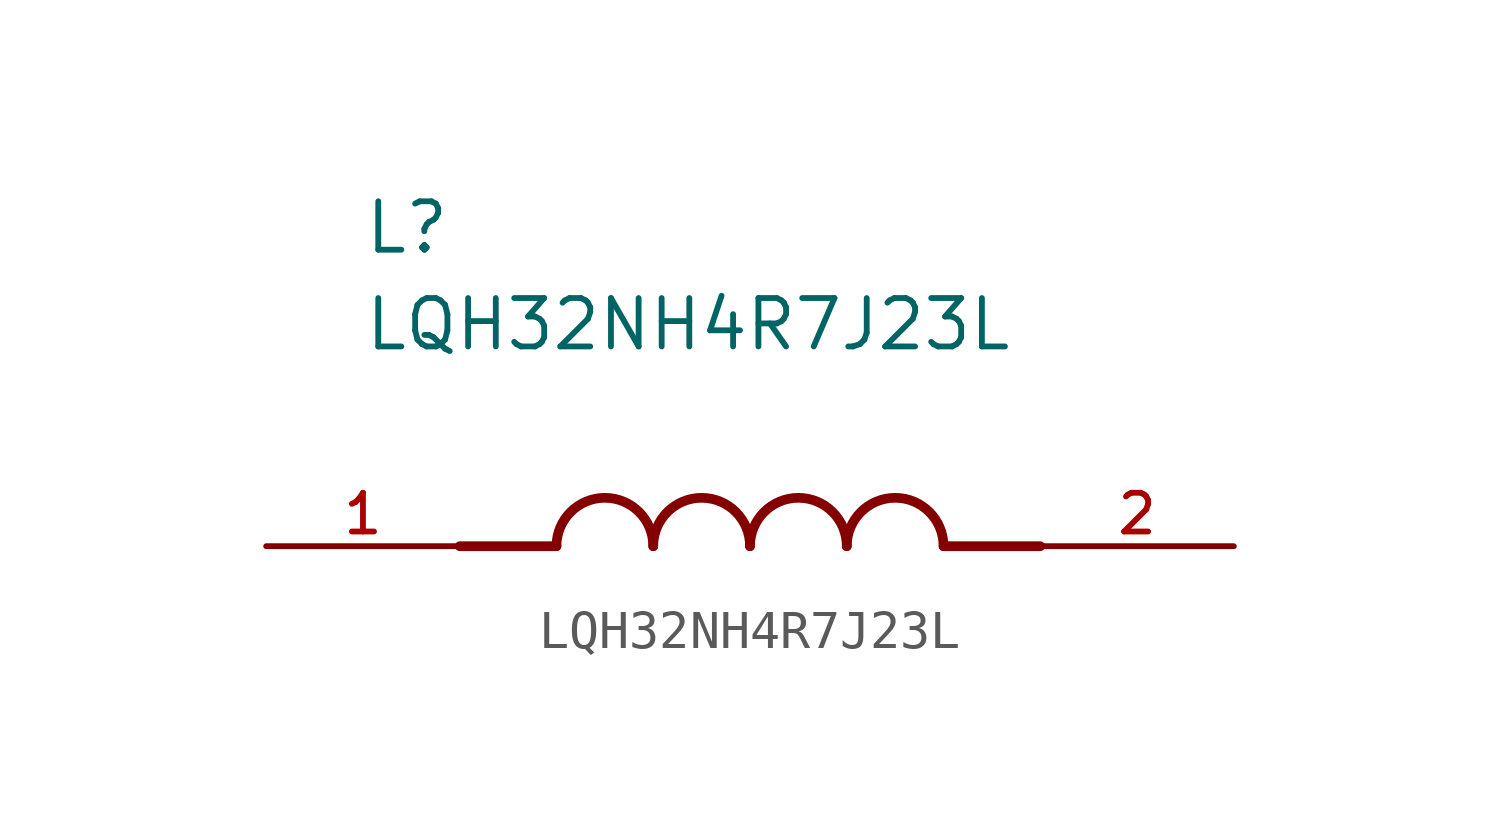
<source format=kicad_sym>
(kicad_symbol_lib
  (version 20211014)
  (generator kicad_symbol_editor)
  (symbol "LQH32NH4R7J23L"
    (pin_names
      (offset 1.016))
    (property "Reference" "L"
      (at -10.16 7.62 0)
      (effects (font (size 1.27 1.27)) (justify bottom left)))
    (property "Value" "LQH32NH4R7J23L"
      (at -10.16 5.08 0)
      (effects (font (size 1.27 1.27)) (justify bottom left)))
    (symbol "LQH32NH4R7J23L_0_0"
      (polyline (pts (xy -5.08 0.0) (xy -7.62 0.0)) (stroke (width 0.254)))
      (polyline (pts (xy 5.08 0.0) (xy 7.62 0.0)) (stroke (width 0.254)))
      (arc (start -2.54 0.0) (mid -3.81 1.27) (end -5.08 0.0) (stroke (width 0.254) (type default) (color 0 0 0 0)) (fill (type none)))
      (arc (start 0.0 0.0) (mid -1.27 1.27) (end -2.54 0.0) (stroke (width 0.254) (type default) (color 0 0 0 0)) (fill (type none)))
      (arc (start 2.54 0.0) (mid 1.27 1.27) (end 0.0 0.0) (stroke (width 0.254) (type default) (color 0 0 0 0)) (fill (type none)))
      (arc (start 5.08 0.0) (mid 3.81 1.27) (end 2.54 0.0) (stroke (width 0.254) (type default) (color 0 0 0 0)) (fill (type none)))
      (pin passive line (at -12.7 0.0 0) (length 5.08) (name "~" (effects (font (size 1.016 1.016)))) (number "1" (effects (font (size 1.016 1.016)))))
      (pin passive line (at 12.7 0.0 180.0) (length 5.08) (name "~" (effects (font (size 1.016 1.016)))) (number "2" (effects (font (size 1.016 1.016))))))))
</source>
